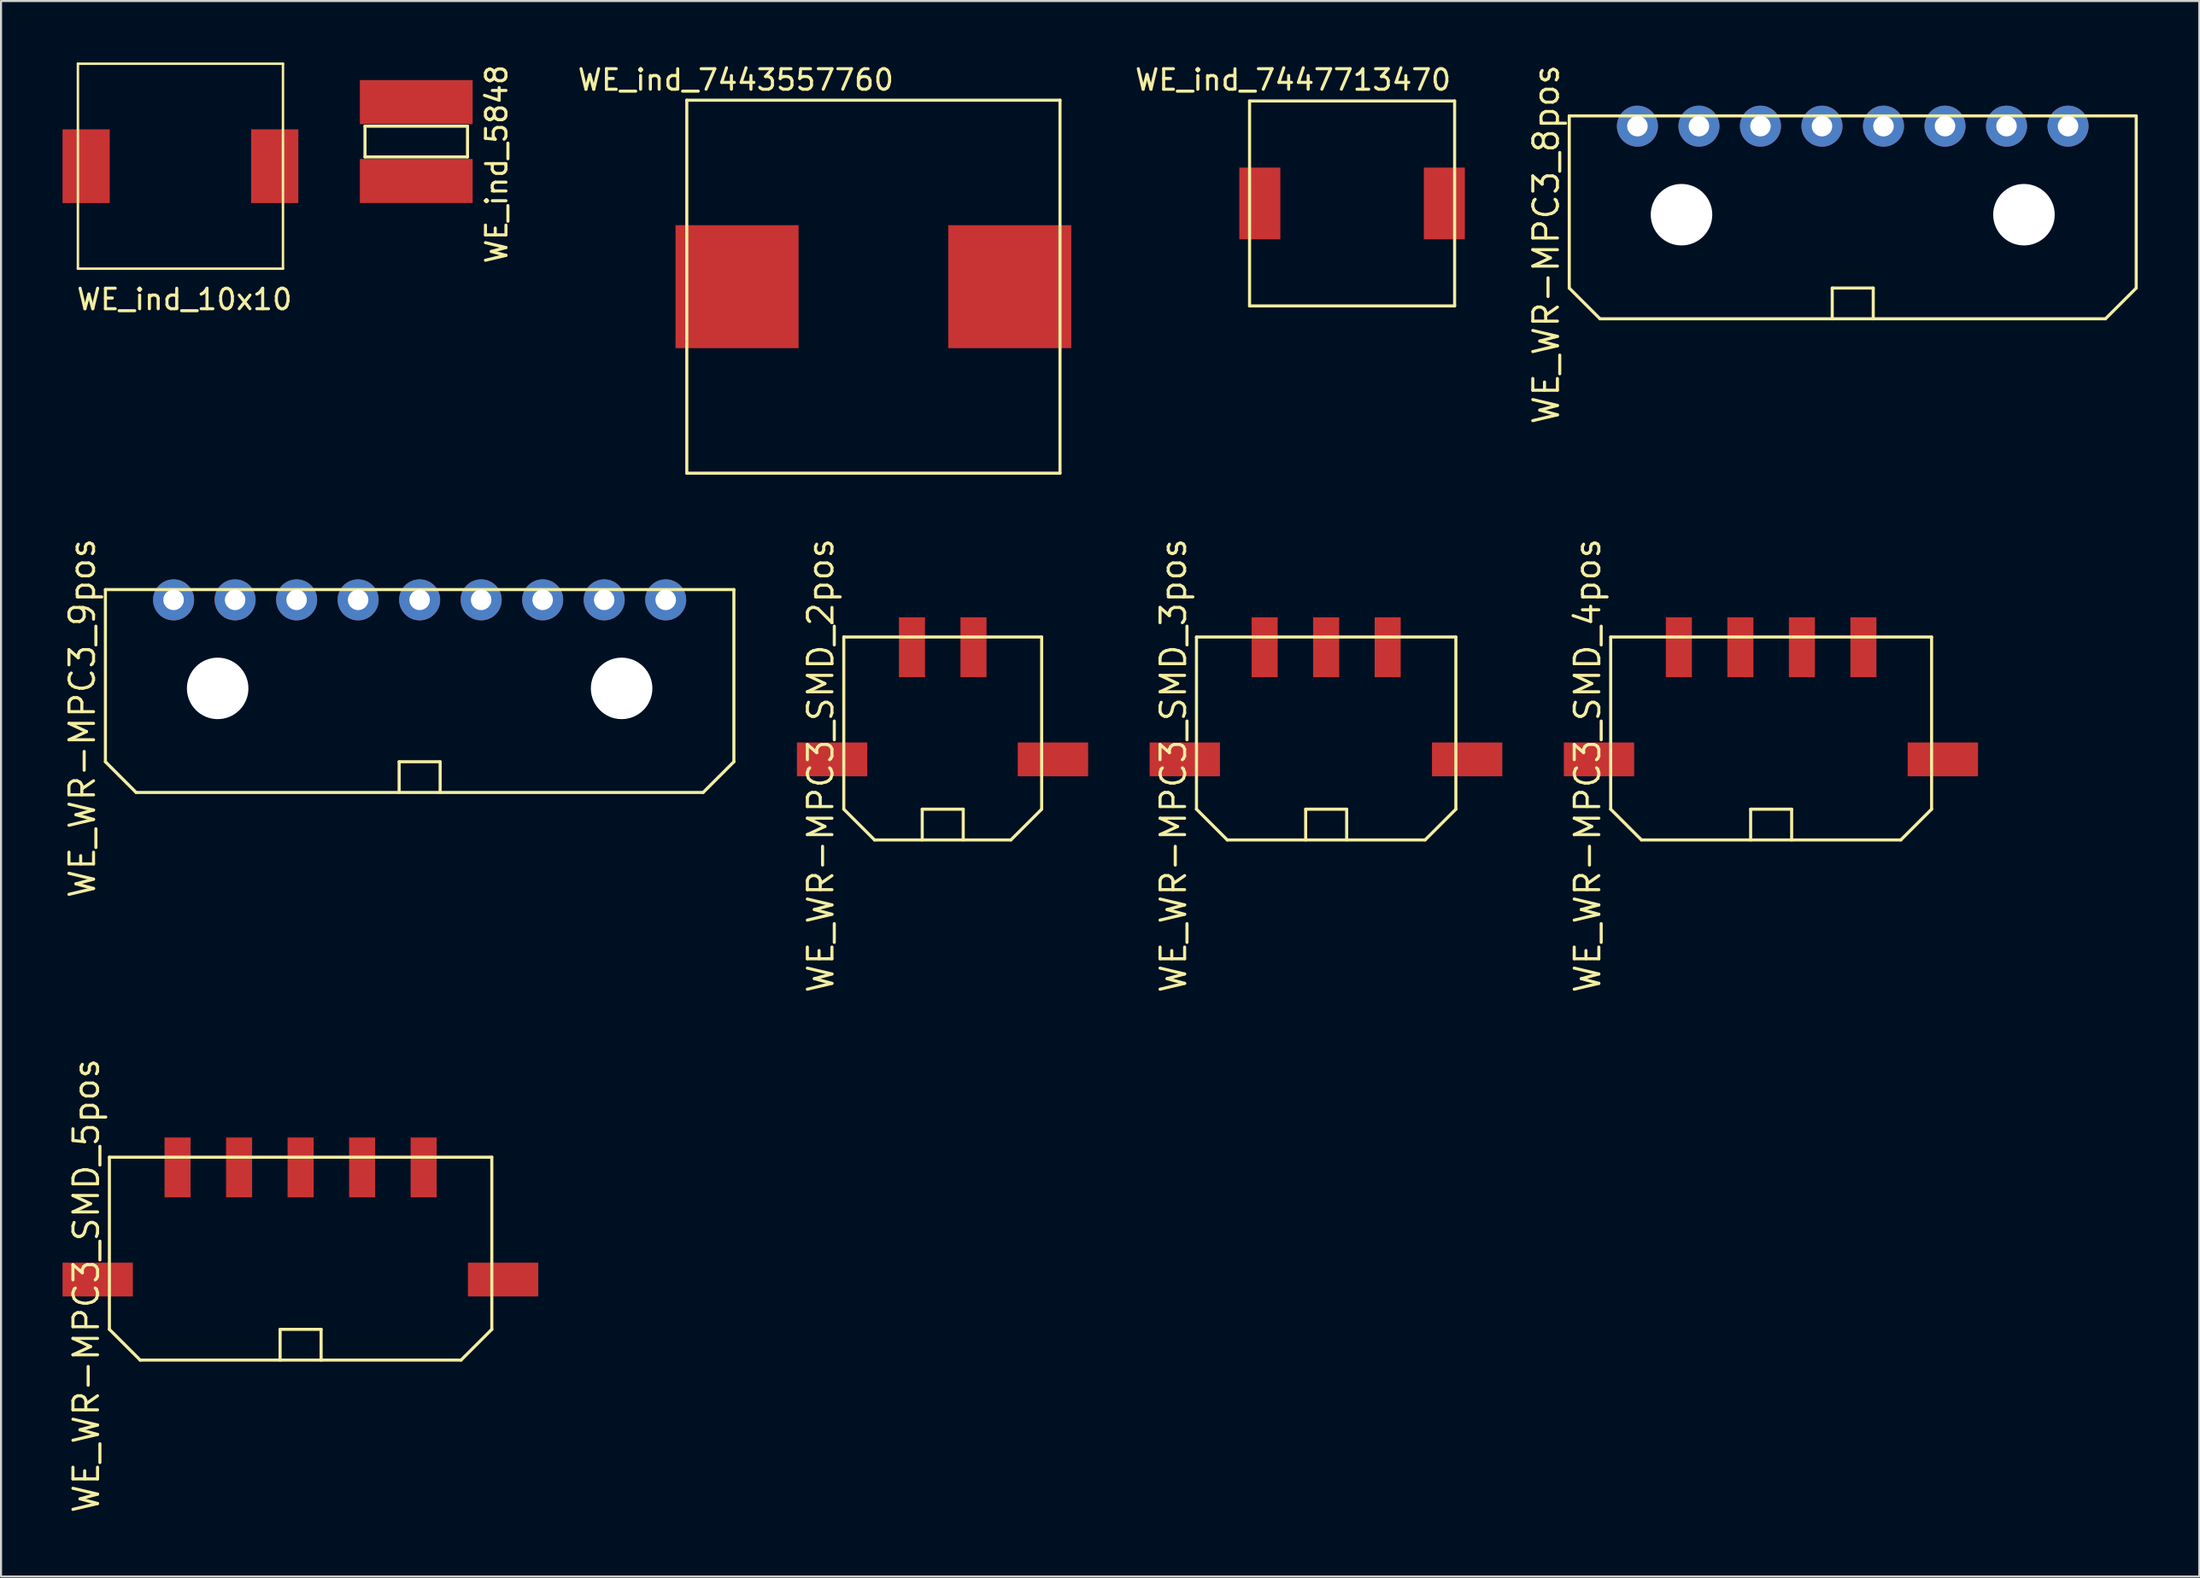
<source format=kicad_pcb>
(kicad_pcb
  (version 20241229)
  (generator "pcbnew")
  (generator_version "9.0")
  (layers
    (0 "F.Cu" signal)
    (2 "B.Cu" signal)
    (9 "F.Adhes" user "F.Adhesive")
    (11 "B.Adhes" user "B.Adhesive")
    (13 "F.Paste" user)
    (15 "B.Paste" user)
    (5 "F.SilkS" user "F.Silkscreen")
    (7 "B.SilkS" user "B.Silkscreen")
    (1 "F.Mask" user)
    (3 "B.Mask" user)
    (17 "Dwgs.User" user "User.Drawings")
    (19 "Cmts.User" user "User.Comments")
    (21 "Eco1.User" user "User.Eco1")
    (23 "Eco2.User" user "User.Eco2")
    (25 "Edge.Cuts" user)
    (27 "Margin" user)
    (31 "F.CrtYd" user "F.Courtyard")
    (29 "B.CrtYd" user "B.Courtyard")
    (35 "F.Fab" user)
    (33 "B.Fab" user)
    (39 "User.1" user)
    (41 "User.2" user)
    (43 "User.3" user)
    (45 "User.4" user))
  (footprint "WE_WR-MPC3_SMD_5pos"
    (layer "F.Cu")
    (at 11.61 53.915)
    (property "Reference" "WE_WR-MPC3_SMD_5pos" (at -10.45 5.77 270) (layer "F.SilkS") (effects (font (size 1.2 1.2) (thickness 0.15))))
    (attr through_hole)
    (fp_line (start -9.325 -0.5) (end -9.325 7.9) (stroke (width 0.15) (type solid)) (layer "F.SilkS"))
    (fp_line (start -9.325 -0.5) (end 9.325 -0.5) (stroke (width 0.15) (type solid)) (layer "F.SilkS"))
    (fp_line (start -9.325 7.9) (end -7.825 9.4) (stroke (width 0.15) (type solid)) (layer "F.SilkS"))
    (fp_line (start -1 7.9) (end 1 7.9) (stroke (width 0.15) (type solid)) (layer "F.SilkS"))
    (fp_line (start -1 9.4) (end -1 7.9) (stroke (width 0.15) (type solid)) (layer "F.SilkS"))
    (fp_line (start 1 7.9) (end 1 9.4) (stroke (width 0.15) (type solid)) (layer "F.SilkS"))
    (fp_line (start 7.825 9.4) (end -7.825 9.4) (stroke (width 0.15) (type solid)) (layer "F.SilkS"))
    (fp_line (start 9.325 -0.5) (end 9.325 7.9) (stroke (width 0.15) (type solid)) (layer "F.SilkS"))
    (fp_line (start 9.325 7.9) (end 7.825 9.4) (stroke (width 0.15) (type solid)) (layer "F.SilkS"))
    (pad "" smd rect (at -9.895 5.47) (size 3.43 1.65) (layers "F.Cu" "F.Mask" "F.Paste"))
    (pad "" smd rect (at 9.875 5.47) (size 3.43 1.65) (layers "F.Cu" "F.Mask" "F.Paste"))
    (pad "1" smd rect (at -6 0) (size 1.27 2.92) (layers "F.Cu" "F.Mask" "F.Paste"))
    (pad "2" smd rect (at -3 0) (size 1.27 2.92) (layers "F.Cu" "F.Mask" "F.Paste"))
    (pad "3" smd rect (at 0 0) (size 1.27 2.92) (layers "F.Cu" "F.Mask" "F.Paste"))
    (pad "4" smd rect (at 3 0) (size 1.27 2.92) (layers "F.Cu" "F.Mask" "F.Paste"))
    (pad "5" smd rect (at 6 0) (size 1.27 2.92) (layers "F.Cu" "F.Mask" "F.Paste")))
  (footprint "WE_WR-MPC3_SMD_2pos"
    (layer "F.Cu")
    (at 42.925 28.534)
    (property "Reference" "WE_WR-MPC3_SMD_2pos" (at -5.95 5.77 270) (layer "F.SilkS") (effects (font (size 1.2 1.2) (thickness 0.15))))
    (attr through_hole)
    (fp_line (start -4.825 -0.5) (end -4.825 7.9) (stroke (width 0.15) (type solid)) (layer "F.SilkS"))
    (fp_line (start -4.825 -0.5) (end 4.825 -0.5) (stroke (width 0.15) (type solid)) (layer "F.SilkS"))
    (fp_line (start -4.825 7.9) (end -3.325 9.4) (stroke (width 0.15) (type solid)) (layer "F.SilkS"))
    (fp_line (start -1 7.9) (end 1 7.9) (stroke (width 0.15) (type solid)) (layer "F.SilkS"))
    (fp_line (start -1 9.4) (end -1 7.9) (stroke (width 0.15) (type solid)) (layer "F.SilkS"))
    (fp_line (start 1 7.9) (end 1 9.4) (stroke (width 0.15) (type solid)) (layer "F.SilkS"))
    (fp_line (start 3.325 9.4) (end -3.325 9.4) (stroke (width 0.15) (type solid)) (layer "F.SilkS"))
    (fp_line (start 4.825 -0.5) (end 4.825 7.9) (stroke (width 0.15) (type solid)) (layer "F.SilkS"))
    (fp_line (start 4.825 7.9) (end 3.325 9.4) (stroke (width 0.15) (type solid)) (layer "F.SilkS"))
    (pad "" smd rect (at -5.395 5.47) (size 3.43 1.65) (layers "F.Cu" "F.Mask" "F.Paste"))
    (pad "" smd rect (at 5.375 5.47) (size 3.43 1.65) (layers "F.Cu" "F.Mask" "F.Paste"))
    (pad "1" smd rect (at -1.5 0) (size 1.27 2.92) (layers "F.Cu" "F.Mask" "F.Paste"))
    (pad "2" smd rect (at 1.5 0) (size 1.27 2.92) (layers "F.Cu" "F.Mask" "F.Paste")))
  (footprint "WE_ind_10x10"
    (layer "F.Cu")
    (at 5.75 5.06)
    (property "Reference" "WE_ind_10x10" (at 0.2 6.5 0) (layer "F.SilkS") (effects (font (size 1 1) (thickness 0.15))))
    (attr through_hole)
    (fp_line (start -5 -5) (end 5 -5) (stroke (width 0.12) (type solid)) (layer "F.SilkS"))
    (fp_line (start -5 5) (end -5 -5) (stroke (width 0.12) (type solid)) (layer "F.SilkS"))
    (fp_line (start 5 -5) (end 5 5) (stroke (width 0.12) (type solid)) (layer "F.SilkS"))
    (fp_line (start 5 5) (end -5 5) (stroke (width 0.12) (type solid)) (layer "F.SilkS"))
    (pad "1" smd rect (at 4.6 0) (size 2.3 3.6) (layers "F.Cu" "F.Mask" "F.Paste"))
    (pad "2" smd rect (at -4.6 0) (size 2.3 3.6) (layers "F.Cu" "F.Mask" "F.Paste")))
  (footprint "WE_WR-MPC3_9pos"
    (layer "F.Cu")
    (at 17.415 26.22)
    (property "Reference" "WE_WR-MPC3_9pos" (at -16.45 5.77 270) (layer "F.SilkS") (effects (font (size 1.2 1.2) (thickness 0.15))))
    (attr through_hole)
    (fp_line (start -15.325 -0.5) (end -15.325 7.9) (stroke (width 0.15) (type solid)) (layer "F.SilkS"))
    (fp_line (start -15.325 -0.5) (end 15.325 -0.5) (stroke (width 0.15) (type solid)) (layer "F.SilkS"))
    (fp_line (start -15.325 7.9) (end -13.825 9.4) (stroke (width 0.15) (type solid)) (layer "F.SilkS"))
    (fp_line (start -1 7.9) (end 1 7.9) (stroke (width 0.15) (type solid)) (layer "F.SilkS"))
    (fp_line (start -1 9.4) (end -1 7.9) (stroke (width 0.15) (type solid)) (layer "F.SilkS"))
    (fp_line (start 1 7.9) (end 1 9.4) (stroke (width 0.15) (type solid)) (layer "F.SilkS"))
    (fp_line (start 13.825 9.4) (end -13.825 9.4) (stroke (width 0.15) (type solid)) (layer "F.SilkS"))
    (fp_line (start 15.325 -0.5) (end 15.325 7.9) (stroke (width 0.15) (type solid)) (layer "F.SilkS"))
    (fp_line (start 15.325 7.9) (end 13.825 9.4) (stroke (width 0.15) (type solid)) (layer "F.SilkS"))
    (pad "" np_thru_hole circle (at -9.85 4.32) (size 3 3) (drill 3) (layers "*.Cu" "*.Mask"))
    (pad "" np_thru_hole circle (at 9.85 4.32) (size 3 3) (drill 3) (layers "*.Cu" "*.Mask"))
    (pad "1" thru_hole circle (at -12 0) (size 2 2) (drill 1) (layers "*.Cu" "*.Mask"))
    (pad "2" thru_hole circle (at -9 0) (size 2 2) (drill 1) (layers "*.Cu" "*.Mask"))
    (pad "3" thru_hole circle (at -6 0) (size 2 2) (drill 1) (layers "*.Cu" "*.Mask"))
    (pad "4" thru_hole circle (at -3 0) (size 2 2) (drill 1) (layers "*.Cu" "*.Mask"))
    (pad "5" thru_hole circle (at 0 0) (size 2 2) (drill 1) (layers "*.Cu" "*.Mask"))
    (pad "6" thru_hole circle (at 3 0) (size 2 2) (drill 1) (layers "*.Cu" "*.Mask"))
    (pad "7" thru_hole circle (at 6 0) (size 2 2) (drill 1) (layers "*.Cu" "*.Mask"))
    (pad "8" thru_hole circle (at 9 0) (size 2 2) (drill 1) (layers "*.Cu" "*.Mask"))
    (pad "9" thru_hole circle (at 12 0) (size 2 2) (drill 1) (layers "*.Cu" "*.Mask")))
  (footprint "WE_ind_7447713470"
    (layer "F.Cu")
    (at 62.889 6.878)
    (property "Reference" "WE_ind_7447713470" (at -2.88 -6.03 0) (layer "F.SilkS") (effects (font (size 1 1) (thickness 0.15))))
    (attr through_hole)
    (fp_line (start -5 -5) (end 5 -5) (stroke (width 0.15) (type solid)) (layer "F.SilkS"))
    (fp_line (start -5 5) (end -5 -5) (stroke (width 0.15) (type solid)) (layer "F.SilkS"))
    (fp_line (start 5 -5) (end 5 5) (stroke (width 0.15) (type solid)) (layer "F.SilkS"))
    (fp_line (start 5 5) (end -5 5) (stroke (width 0.15) (type solid)) (layer "F.SilkS"))
    (pad "1" smd rect (at -4.5 0) (size 2 3.5) (layers "F.Cu" "F.Mask" "F.Paste"))
    (pad "2" smd rect (at 4.5 0) (size 2 3.5) (layers "F.Cu" "F.Mask" "F.Paste")))
  (footprint "WE_ind_5848"
    (layer "F.Cu")
    (at 17.25 3.858)
    (property "Reference" "WE_ind_5848" (at 3.92 1.1 90) (layer "F.SilkS") (effects (font (size 1 1) (thickness 0.15))))
    (attr through_hole)
    (fp_line (start -2.5 -0.75) (end 2.5 -0.75) (stroke (width 0.15) (type solid)) (layer "F.SilkS"))
    (fp_line (start -2.5 0.75) (end -2.5 -0.75) (stroke (width 0.15) (type solid)) (layer "F.SilkS"))
    (fp_line (start 2.5 -0.75) (end 2.5 0.75) (stroke (width 0.15) (type solid)) (layer "F.SilkS"))
    (fp_line (start 2.5 0.75) (end -2.5 0.75) (stroke (width 0.15) (type solid)) (layer "F.SilkS"))
    (pad "1" smd rect (at 0 -1.925) (size 5.5 2.15) (layers "F.Cu" "F.Mask" "F.Paste"))
    (pad "2" smd rect (at 0 1.925) (size 5.5 2.15) (layers "F.Cu" "F.Mask" "F.Paste")))
  (footprint "WE_WR-MPC3_8pos"
    (layer "F.Cu")
    (at 87.304 3.106)
    (property "Reference" "WE_WR-MPC3_8pos" (at -14.95 5.77 270) (layer "F.SilkS") (effects (font (size 1.2 1.2) (thickness 0.15))))
    (attr through_hole)
    (fp_line (start -13.825 -0.5) (end -13.825 7.9) (stroke (width 0.15) (type solid)) (layer "F.SilkS"))
    (fp_line (start -13.825 -0.5) (end 13.825 -0.5) (stroke (width 0.15) (type solid)) (layer "F.SilkS"))
    (fp_line (start -13.825 7.9) (end -12.325 9.4) (stroke (width 0.15) (type solid)) (layer "F.SilkS"))
    (fp_line (start -1 7.9) (end 1 7.9) (stroke (width 0.15) (type solid)) (layer "F.SilkS"))
    (fp_line (start -1 9.4) (end -1 7.9) (stroke (width 0.15) (type solid)) (layer "F.SilkS"))
    (fp_line (start 1 7.9) (end 1 9.4) (stroke (width 0.15) (type solid)) (layer "F.SilkS"))
    (fp_line (start 12.325 9.4) (end -12.325 9.4) (stroke (width 0.15) (type solid)) (layer "F.SilkS"))
    (fp_line (start 13.825 -0.5) (end 13.825 7.9) (stroke (width 0.15) (type solid)) (layer "F.SilkS"))
    (fp_line (start 13.825 7.9) (end 12.325 9.4) (stroke (width 0.15) (type solid)) (layer "F.SilkS"))
    (pad "" np_thru_hole circle (at -8.35 4.32) (size 3 3) (drill 3) (layers "*.Cu" "*.Mask"))
    (pad "" np_thru_hole circle (at 8.35 4.32) (size 3 3) (drill 3) (layers "*.Cu" "*.Mask"))
    (pad "1" thru_hole circle (at -10.5 0) (size 2 2) (drill 1) (layers "*.Cu" "*.Mask"))
    (pad "2" thru_hole circle (at -7.5 0) (size 2 2) (drill 1) (layers "*.Cu" "*.Mask"))
    (pad "3" thru_hole circle (at -4.5 0) (size 2 2) (drill 1) (layers "*.Cu" "*.Mask"))
    (pad "4" thru_hole circle (at -1.5 0) (size 2 2) (drill 1) (layers "*.Cu" "*.Mask"))
    (pad "5" thru_hole circle (at 1.5 0) (size 2 2) (drill 1) (layers "*.Cu" "*.Mask"))
    (pad "6" thru_hole circle (at 4.5 0) (size 2 2) (drill 1) (layers "*.Cu" "*.Mask"))
    (pad "7" thru_hole circle (at 7.5 0) (size 2 2) (drill 1) (layers "*.Cu" "*.Mask"))
    (pad "8" thru_hole circle (at 10.5 0) (size 2 2) (drill 1) (layers "*.Cu" "*.Mask")))
  (footprint "WE_WR-MPC3_SMD_3pos"
    (layer "F.Cu")
    (at 61.625 28.534)
    (property "Reference" "WE_WR-MPC3_SMD_3pos" (at -7.45 5.77 270) (layer "F.SilkS") (effects (font (size 1.2 1.2) (thickness 0.15))))
    (attr through_hole)
    (fp_line (start -6.325 -0.5) (end -6.325 7.9) (stroke (width 0.15) (type solid)) (layer "F.SilkS"))
    (fp_line (start -6.325 -0.5) (end 6.325 -0.5) (stroke (width 0.15) (type solid)) (layer "F.SilkS"))
    (fp_line (start -6.325 7.9) (end -4.825 9.4) (stroke (width 0.15) (type solid)) (layer "F.SilkS"))
    (fp_line (start -1 7.9) (end 1 7.9) (stroke (width 0.15) (type solid)) (layer "F.SilkS"))
    (fp_line (start -1 9.4) (end -1 7.9) (stroke (width 0.15) (type solid)) (layer "F.SilkS"))
    (fp_line (start 1 7.9) (end 1 9.4) (stroke (width 0.15) (type solid)) (layer "F.SilkS"))
    (fp_line (start 4.825 9.4) (end -4.825 9.4) (stroke (width 0.15) (type solid)) (layer "F.SilkS"))
    (fp_line (start 6.325 -0.5) (end 6.325 7.9) (stroke (width 0.15) (type solid)) (layer "F.SilkS"))
    (fp_line (start 6.325 7.9) (end 4.825 9.4) (stroke (width 0.15) (type solid)) (layer "F.SilkS"))
    (pad "" smd rect (at -6.895 5.47) (size 3.43 1.65) (layers "F.Cu" "F.Mask" "F.Paste"))
    (pad "" smd rect (at 6.875 5.47) (size 3.43 1.65) (layers "F.Cu" "F.Mask" "F.Paste"))
    (pad "1" smd rect (at -3 0) (size 1.27 2.92) (layers "F.Cu" "F.Mask" "F.Paste"))
    (pad "2" smd rect (at 0 0) (size 1.27 2.92) (layers "F.Cu" "F.Mask" "F.Paste"))
    (pad "3" smd rect (at 3 0) (size 1.27 2.92) (layers "F.Cu" "F.Mask" "F.Paste")))
  (footprint "WE_ind_7443557760"
    (layer "F.Cu")
    (at 39.544 10.938)
    (property "Reference" "WE_ind_7443557760" (at -6.71 -10.09 0) (layer "F.SilkS") (effects (font (size 1 1) (thickness 0.15))))
    (attr through_hole)
    (fp_line (start -9.1 -9.1) (end 9.1 -9.1) (stroke (width 0.15) (type solid)) (layer "F.SilkS"))
    (fp_line (start -9.1 9.1) (end -9.1 -9.1) (stroke (width 0.15) (type solid)) (layer "F.SilkS"))
    (fp_line (start 9.1 -9.1) (end 9.1 9.1) (stroke (width 0.15) (type solid)) (layer "F.SilkS"))
    (fp_line (start 9.1 9.1) (end -9.1 9.1) (stroke (width 0.15) (type solid)) (layer "F.SilkS"))
    (pad "1" smd rect (at -6.65 0) (size 6 6) (layers "F.Cu" "F.Mask" "F.Paste"))
    (pad "2" smd rect (at 6.65 0) (size 6 6) (layers "F.Cu" "F.Mask" "F.Paste")))
  (footprint "WE_WR-MPC3_SMD_4pos"
    (layer "F.Cu")
    (at 83.325 28.534)
    (property "Reference" "WE_WR-MPC3_SMD_4pos" (at -8.95 5.77 270) (layer "F.SilkS") (effects (font (size 1.2 1.2) (thickness 0.15))))
    (attr through_hole)
    (fp_line (start -7.825 -0.5) (end -7.825 7.9) (stroke (width 0.15) (type solid)) (layer "F.SilkS"))
    (fp_line (start -7.825 -0.5) (end 7.825 -0.5) (stroke (width 0.15) (type solid)) (layer "F.SilkS"))
    (fp_line (start -7.825 7.9) (end -6.325 9.4) (stroke (width 0.15) (type solid)) (layer "F.SilkS"))
    (fp_line (start -1 7.9) (end 1 7.9) (stroke (width 0.15) (type solid)) (layer "F.SilkS"))
    (fp_line (start -1 9.4) (end -1 7.9) (stroke (width 0.15) (type solid)) (layer "F.SilkS"))
    (fp_line (start 1 7.9) (end 1 9.4) (stroke (width 0.15) (type solid)) (layer "F.SilkS"))
    (fp_line (start 6.325 9.4) (end -6.325 9.4) (stroke (width 0.15) (type solid)) (layer "F.SilkS"))
    (fp_line (start 7.825 -0.5) (end 7.825 7.9) (stroke (width 0.15) (type solid)) (layer "F.SilkS"))
    (fp_line (start 7.825 7.9) (end 6.325 9.4) (stroke (width 0.15) (type solid)) (layer "F.SilkS"))
    (pad "" smd rect (at -8.395 5.47) (size 3.43 1.65) (layers "F.Cu" "F.Mask" "F.Paste"))
    (pad "" smd rect (at 8.375 5.47) (size 3.43 1.65) (layers "F.Cu" "F.Mask" "F.Paste"))
    (pad "1" smd rect (at -4.5 0) (size 1.27 2.92) (layers "F.Cu" "F.Mask" "F.Paste"))
    (pad "2" smd rect (at -1.5 0) (size 1.27 2.92) (layers "F.Cu" "F.Mask" "F.Paste"))
    (pad "3" smd rect (at 1.5 0) (size 1.27 2.92) (layers "F.Cu" "F.Mask" "F.Paste"))
    (pad "4" smd rect (at 4.5 0) (size 1.27 2.92) (layers "F.Cu" "F.Mask" "F.Paste")))
  (gr_rect
    (start -3 -3)
    (end 104.204 73.876)
    (stroke (width 0.1) (type default))
    (fill no)
    (layer "Edge.Cuts")))
</source>
